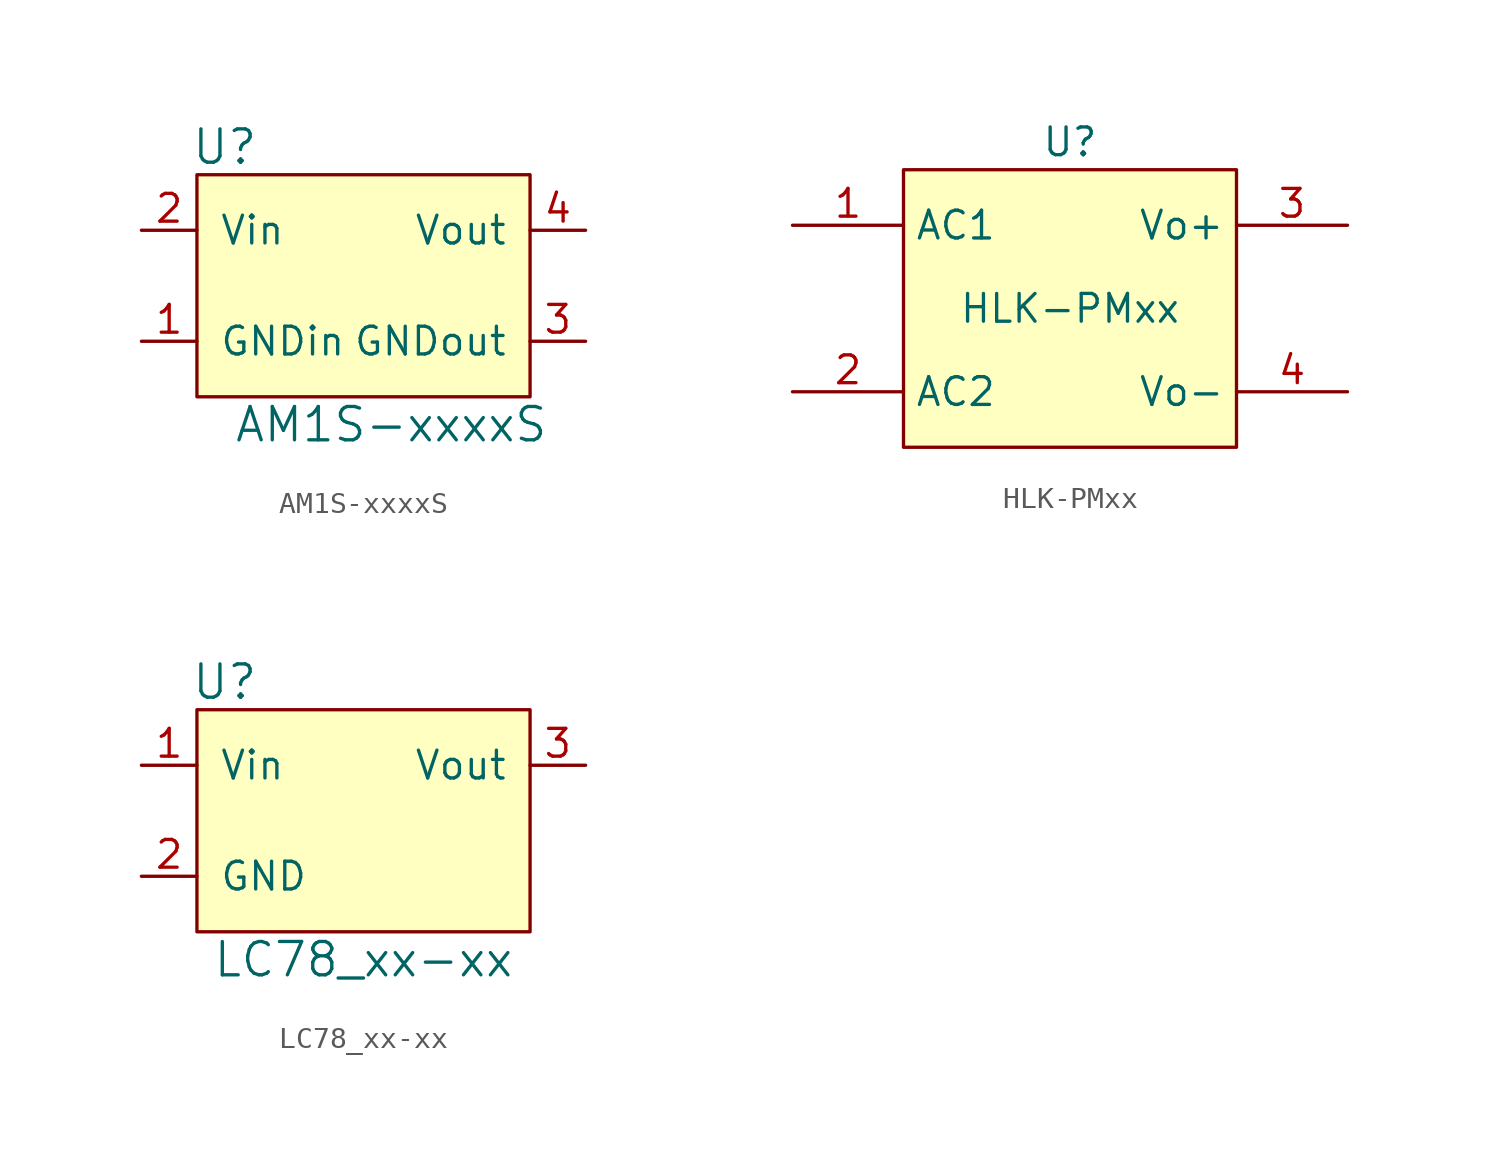
<source format=kicad_sym>
(kicad_symbol_lib
  (version 20220914)
  (generator kicad_symbol_editor)
  (symbol "AM1S-xxxxS"
    (pin_names
      (offset 1.016))
    (property "Reference" "U"
      (at -6.35 6.35 0)
      (effects (font (size 1.524 1.524))))
    (property "Value" "AM1S-xxxxS"
      (at 1.27 -6.35 0)
      (effects (font (size 1.524 1.524))))
    (symbol "AM1S-xxxxS_0_1"
      (rectangle (start -7.62 5.08) (end 7.62 -5.08) (stroke (width 0) (type default)) (fill (type background))))
    (symbol "AM1S-xxxxS_1_1"
      (pin power_in line (at -10.16 -2.54 0) (length 2.54) (name "GNDin" (effects (font (size 1.27 1.27)))) (number "1" (effects (font (size 1.27 1.27)))))
      (pin power_in line (at -10.16 2.54 0) (length 2.54) (name "Vin" (effects (font (size 1.27 1.27)))) (number "2" (effects (font (size 1.27 1.27)))))
      (pin power_out line (at 10.16 -2.54 180) (length 2.54) (name "GNDout" (effects (font (size 1.27 1.27)))) (number "3" (effects (font (size 1.27 1.27)))))
      (pin power_out line (at 10.16 2.54 180) (length 2.54) (name "Vout" (effects (font (size 1.27 1.27)))) (number "4" (effects (font (size 1.27 1.27)))))))
  (symbol "HLK-PMxx"
    (property "Reference" "U"
      (at 0 7.62 0)
      (effects (font (size 1.27 1.27))))
    (property "Value" "HLK-PMxx"
      (at 0 0 0)
      (effects (font (size 1.27 1.27))))
    (symbol "HLK-PMxx_0_1"
      (rectangle (start -7.62 6.35) (end 7.62 -6.35) (stroke (width 0) (type default)) (fill (type background))))
    (symbol "HLK-PMxx_1_1"
      (pin power_in line (at -12.7 3.81 0) (length 5.08) (name "AC1" (effects (font (size 1.27 1.27)))) (number "1" (effects (font (size 1.27 1.27)))))
      (pin power_in line (at -12.7 -3.81 0) (length 5.08) (name "AC2" (effects (font (size 1.27 1.27)))) (number "2" (effects (font (size 1.27 1.27)))))
      (pin power_out line (at 12.7 3.81 180) (length 5.08) (name "Vo+" (effects (font (size 1.27 1.27)))) (number "3" (effects (font (size 1.27 1.27)))))
      (pin power_out line (at 12.7 -3.81 180) (length 5.08) (name "Vo-" (effects (font (size 1.27 1.27)))) (number "4" (effects (font (size 1.27 1.27)))))))
  (symbol "LC78_xx-xx"
    (pin_names
      (offset 1.016))
    (property "Reference" "U"
      (at -6.35 6.35 0)
      (effects (font (size 1.524 1.524))))
    (property "Value" "LC78_xx-xx"
      (at 0 -6.35 0)
      (effects (font (size 1.524 1.524))))
    (symbol "LC78_xx-xx_0_1"
      (rectangle (start -7.62 5.08) (end 7.62 -5.08) (stroke (width 0) (type default)) (fill (type background))))
    (symbol "LC78_xx-xx_1_1"
      (pin power_in line (at -10.16 2.54 0) (length 2.54) (name "Vin" (effects (font (size 1.27 1.27)))) (number "1" (effects (font (size 1.27 1.27)))))
      (pin power_in line (at -10.16 -2.54 0) (length 2.54) (name "GND" (effects (font (size 1.27 1.27)))) (number "2" (effects (font (size 1.27 1.27)))))
      (pin power_out line (at 10.16 2.54 180) (length 2.54) (name "Vout" (effects (font (size 1.27 1.27)))) (number "3" (effects (font (size 1.27 1.27))))))))
</source>
